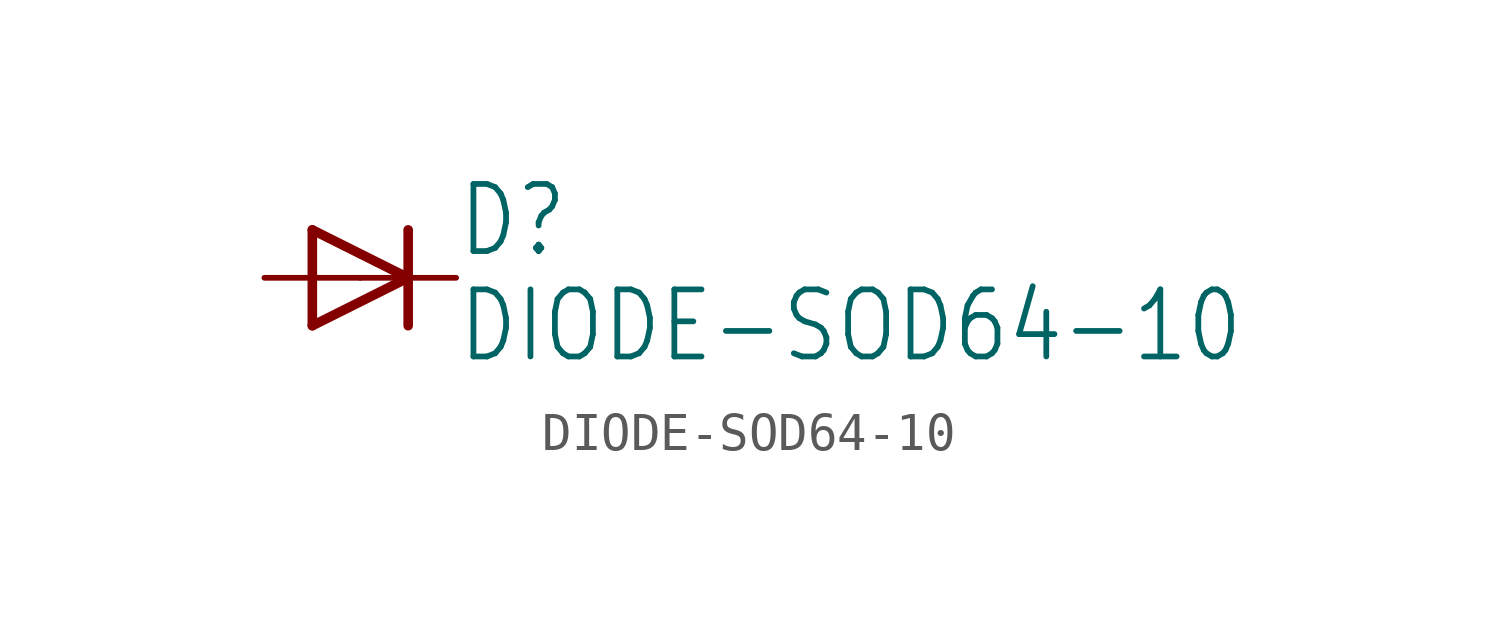
<source format=kicad_sym>
(kicad_symbol_lib
  (version 20211014)
  (generator kicad_symbol_editor)
  (symbol "DIODE-SOD64-10"
    (property "Reference" "D"
      (at 2.54 0.483 0)
      (effects (font (size 1.778 1.511)) (justify left bottom)))
    (property "Value" "DIODE-SOD64-10"
      (at 2.54 -2.311 0)
      (effects (font (size 1.778 1.511)) (justify left bottom)))
    (property "ki_locked" ""
      (at 0 0 0)
      (effects (font (size 1.27 1.27))))
    (symbol "DIODE-SOD64-10_1_0"
      (polyline (pts (xy -1.27 -1.27) (xy 1.27 0)) (stroke (width 0.254) (type default) (color 0 0 0 0)) (fill (type none)))
      (polyline (pts (xy -1.27 1.27) (xy -1.27 -1.27)) (stroke (width 0.254) (type default) (color 0 0 0 0)) (fill (type none)))
      (polyline (pts (xy 1.27 0) (xy -1.27 1.27)) (stroke (width 0.254) (type default) (color 0 0 0 0)) (fill (type none)))
      (polyline (pts (xy 1.27 0) (xy 1.27 -1.27)) (stroke (width 0.254) (type default) (color 0 0 0 0)) (fill (type none)))
      (polyline (pts (xy 1.27 1.27) (xy 1.27 0)) (stroke (width 0.254) (type default) (color 0 0 0 0)) (fill (type none)))
      (pin passive line (at -2.54 0 0) (length 2.54) (name "A" (effects (font (size 0 0)))) (number "A" (effects (font (size 0 0)))))
      (pin passive line (at 2.54 0 180) (length 2.54) (name "C" (effects (font (size 0 0)))) (number "C" (effects (font (size 0 0))))))))
</source>
